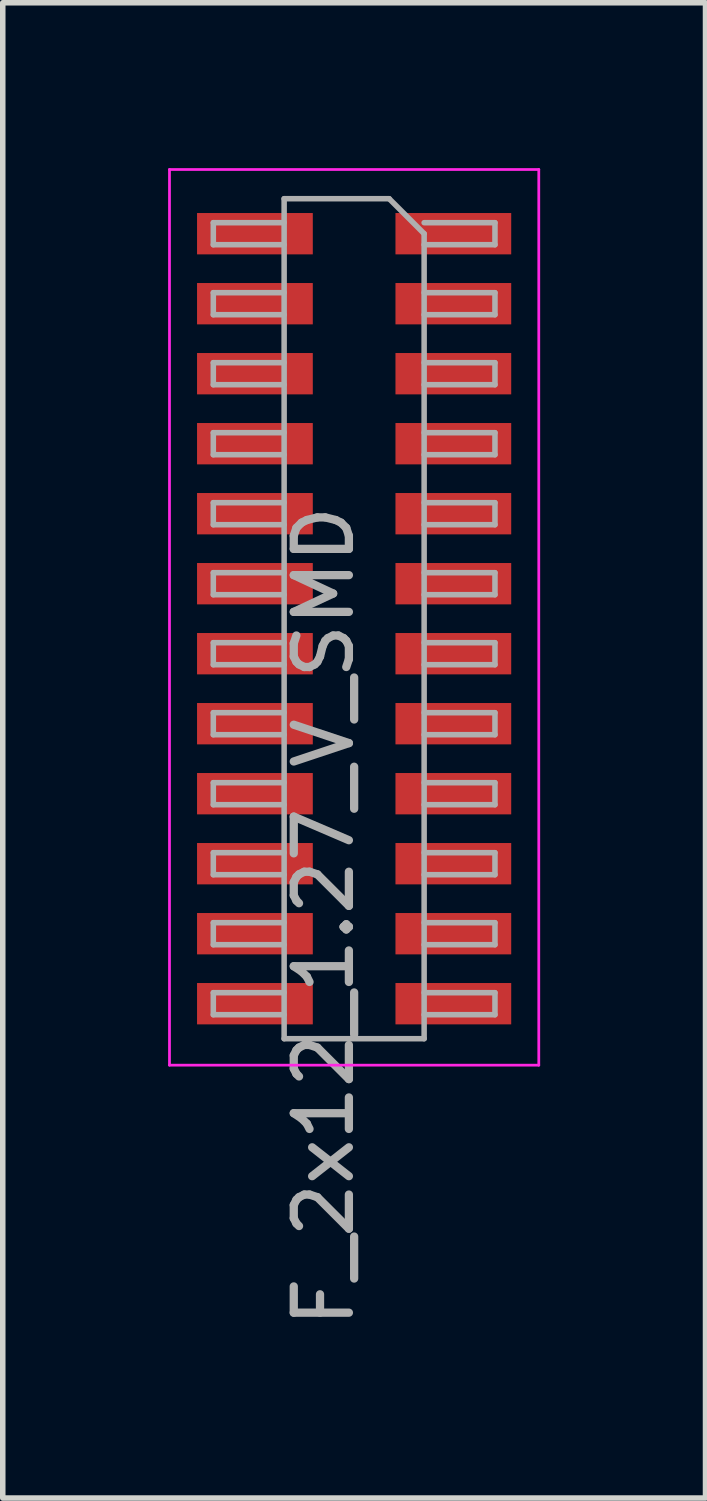
<source format=kicad_pcb>
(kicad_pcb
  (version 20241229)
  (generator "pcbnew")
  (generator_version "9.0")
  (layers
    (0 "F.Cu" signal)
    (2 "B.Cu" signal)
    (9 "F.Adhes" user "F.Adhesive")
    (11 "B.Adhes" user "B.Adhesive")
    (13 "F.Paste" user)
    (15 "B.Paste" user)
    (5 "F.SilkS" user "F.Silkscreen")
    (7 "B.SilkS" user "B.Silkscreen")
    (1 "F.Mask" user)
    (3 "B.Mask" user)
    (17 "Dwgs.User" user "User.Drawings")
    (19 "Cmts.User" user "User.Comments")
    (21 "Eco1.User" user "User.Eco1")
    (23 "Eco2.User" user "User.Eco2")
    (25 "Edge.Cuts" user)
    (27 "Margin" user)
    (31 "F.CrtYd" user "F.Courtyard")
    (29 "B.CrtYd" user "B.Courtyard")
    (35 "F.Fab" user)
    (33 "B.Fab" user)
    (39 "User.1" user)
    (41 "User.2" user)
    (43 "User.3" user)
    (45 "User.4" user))
  (footprint "F_2x12_1.27_V_SMD"
    (layer "F.Cu")
    (at 3.375 8.175)
    (property "Reference" "F_2x12_1.27_V_SMD" (at -0.55 5.4 90) (layer "F.Fab") (effects (font (size 1 1) (thickness 0.15))))
    (attr smd)
    (fp_line (start -3.35 -8.15) (end 3.35 -8.15) (stroke (width 0.05) (type solid)) (layer "F.CrtYd"))
    (fp_line (start -3.35 8.1) (end -3.35 -8.15) (stroke (width 0.05) (type solid)) (layer "F.CrtYd"))
    (fp_line (start 3.35 -8.15) (end 3.35 8.1) (stroke (width 0.05) (type solid)) (layer "F.CrtYd"))
    (fp_line (start 3.35 8.1) (end -3.35 8.1) (stroke (width 0.05) (type solid)) (layer "F.CrtYd"))
    (fp_line (start -2.555 -7.185) (end -1.27 -7.185) (stroke (width 0.1) (type solid)) (layer "F.Fab"))
    (fp_line (start -2.555 -6.785) (end -2.555 -7.185) (stroke (width 0.1) (type solid)) (layer "F.Fab"))
    (fp_line (start -2.555 -5.915) (end -1.27 -5.915) (stroke (width 0.1) (type solid)) (layer "F.Fab"))
    (fp_line (start -2.555 -5.515) (end -2.555 -5.915) (stroke (width 0.1) (type solid)) (layer "F.Fab"))
    (fp_line (start -2.555 -4.645) (end -1.27 -4.645) (stroke (width 0.1) (type solid)) (layer "F.Fab"))
    (fp_line (start -2.555 -4.245) (end -2.555 -4.645) (stroke (width 0.1) (type solid)) (layer "F.Fab"))
    (fp_line (start -2.555 -3.375) (end -1.27 -3.375) (stroke (width 0.1) (type solid)) (layer "F.Fab"))
    (fp_line (start -2.555 -2.975) (end -2.555 -3.375) (stroke (width 0.1) (type solid)) (layer "F.Fab"))
    (fp_line (start -2.555 -2.105) (end -1.27 -2.105) (stroke (width 0.1) (type solid)) (layer "F.Fab"))
    (fp_line (start -2.555 -1.705) (end -2.555 -2.105) (stroke (width 0.1) (type solid)) (layer "F.Fab"))
    (fp_line (start -2.555 -0.835) (end -1.27 -0.835) (stroke (width 0.1) (type solid)) (layer "F.Fab"))
    (fp_line (start -2.555 -0.435) (end -2.555 -0.835) (stroke (width 0.1) (type solid)) (layer "F.Fab"))
    (fp_line (start -2.555 0.435) (end -1.27 0.435) (stroke (width 0.1) (type solid)) (layer "F.Fab"))
    (fp_line (start -2.555 0.835) (end -2.555 0.435) (stroke (width 0.1) (type solid)) (layer "F.Fab"))
    (fp_line (start -2.555 1.705) (end -1.27 1.705) (stroke (width 0.1) (type solid)) (layer "F.Fab"))
    (fp_line (start -2.555 2.105) (end -2.555 1.705) (stroke (width 0.1) (type solid)) (layer "F.Fab"))
    (fp_line (start -2.555 2.975) (end -1.27 2.975) (stroke (width 0.1) (type solid)) (layer "F.Fab"))
    (fp_line (start -2.555 3.375) (end -2.555 2.975) (stroke (width 0.1) (type solid)) (layer "F.Fab"))
    (fp_line (start -2.555 4.245) (end -1.27 4.245) (stroke (width 0.1) (type solid)) (layer "F.Fab"))
    (fp_line (start -2.555 4.645) (end -2.555 4.245) (stroke (width 0.1) (type solid)) (layer "F.Fab"))
    (fp_line (start -2.555 5.515) (end -1.27 5.515) (stroke (width 0.1) (type solid)) (layer "F.Fab"))
    (fp_line (start -2.555 5.915) (end -2.555 5.515) (stroke (width 0.1) (type solid)) (layer "F.Fab"))
    (fp_line (start -2.555 6.785) (end -1.27 6.785) (stroke (width 0.1) (type solid)) (layer "F.Fab"))
    (fp_line (start -2.555 7.185) (end -2.555 6.785) (stroke (width 0.1) (type solid)) (layer "F.Fab"))
    (fp_line (start -1.27 -7.62) (end 0.635 -7.62) (stroke (width 0.1) (type solid)) (layer "F.Fab"))
    (fp_line (start -1.27 -6.785) (end -2.555 -6.785) (stroke (width 0.1) (type solid)) (layer "F.Fab"))
    (fp_line (start -1.27 -5.515) (end -2.555 -5.515) (stroke (width 0.1) (type solid)) (layer "F.Fab"))
    (fp_line (start -1.27 -4.245) (end -2.555 -4.245) (stroke (width 0.1) (type solid)) (layer "F.Fab"))
    (fp_line (start -1.27 -2.975) (end -2.555 -2.975) (stroke (width 0.1) (type solid)) (layer "F.Fab"))
    (fp_line (start -1.27 -1.705) (end -2.555 -1.705) (stroke (width 0.1) (type solid)) (layer "F.Fab"))
    (fp_line (start -1.27 -0.435) (end -2.555 -0.435) (stroke (width 0.1) (type solid)) (layer "F.Fab"))
    (fp_line (start -1.27 0.835) (end -2.555 0.835) (stroke (width 0.1) (type solid)) (layer "F.Fab"))
    (fp_line (start -1.27 2.105) (end -2.555 2.105) (stroke (width 0.1) (type solid)) (layer "F.Fab"))
    (fp_line (start -1.27 3.375) (end -2.555 3.375) (stroke (width 0.1) (type solid)) (layer "F.Fab"))
    (fp_line (start -1.27 4.645) (end -2.555 4.645) (stroke (width 0.1) (type solid)) (layer "F.Fab"))
    (fp_line (start -1.27 5.915) (end -2.555 5.915) (stroke (width 0.1) (type solid)) (layer "F.Fab"))
    (fp_line (start -1.27 7.185) (end -2.555 7.185) (stroke (width 0.1) (type solid)) (layer "F.Fab"))
    (fp_line (start -1.27 7.62) (end -1.27 -7.62) (stroke (width 0.1) (type solid)) (layer "F.Fab"))
    (fp_line (start 0.635 -7.62) (end 1.27 -6.985) (stroke (width 0.1) (type solid)) (layer "F.Fab"))
    (fp_line (start 1.27 -7.185) (end 2.555 -7.185) (stroke (width 0.1) (type solid)) (layer "F.Fab"))
    (fp_line (start 1.27 -6.985) (end 1.27 7.62) (stroke (width 0.1) (type solid)) (layer "F.Fab"))
    (fp_line (start 1.27 -5.915) (end 2.555 -5.915) (stroke (width 0.1) (type solid)) (layer "F.Fab"))
    (fp_line (start 1.27 -4.645) (end 2.555 -4.645) (stroke (width 0.1) (type solid)) (layer "F.Fab"))
    (fp_line (start 1.27 -3.375) (end 2.555 -3.375) (stroke (width 0.1) (type solid)) (layer "F.Fab"))
    (fp_line (start 1.27 -2.105) (end 2.555 -2.105) (stroke (width 0.1) (type solid)) (layer "F.Fab"))
    (fp_line (start 1.27 -0.835) (end 2.555 -0.835) (stroke (width 0.1) (type solid)) (layer "F.Fab"))
    (fp_line (start 1.27 0.435) (end 2.555 0.435) (stroke (width 0.1) (type solid)) (layer "F.Fab"))
    (fp_line (start 1.27 1.705) (end 2.555 1.705) (stroke (width 0.1) (type solid)) (layer "F.Fab"))
    (fp_line (start 1.27 2.975) (end 2.555 2.975) (stroke (width 0.1) (type solid)) (layer "F.Fab"))
    (fp_line (start 1.27 4.245) (end 2.555 4.245) (stroke (width 0.1) (type solid)) (layer "F.Fab"))
    (fp_line (start 1.27 5.515) (end 2.555 5.515) (stroke (width 0.1) (type solid)) (layer "F.Fab"))
    (fp_line (start 1.27 6.785) (end 2.555 6.785) (stroke (width 0.1) (type solid)) (layer "F.Fab"))
    (fp_line (start 1.27 7.62) (end -1.27 7.62) (stroke (width 0.1) (type solid)) (layer "F.Fab"))
    (fp_line (start 2.555 -7.185) (end 2.555 -6.785) (stroke (width 0.1) (type solid)) (layer "F.Fab"))
    (fp_line (start 2.555 -6.785) (end 1.27 -6.785) (stroke (width 0.1) (type solid)) (layer "F.Fab"))
    (fp_line (start 2.555 -5.915) (end 2.555 -5.515) (stroke (width 0.1) (type solid)) (layer "F.Fab"))
    (fp_line (start 2.555 -5.515) (end 1.27 -5.515) (stroke (width 0.1) (type solid)) (layer "F.Fab"))
    (fp_line (start 2.555 -4.645) (end 2.555 -4.245) (stroke (width 0.1) (type solid)) (layer "F.Fab"))
    (fp_line (start 2.555 -4.245) (end 1.27 -4.245) (stroke (width 0.1) (type solid)) (layer "F.Fab"))
    (fp_line (start 2.555 -3.375) (end 2.555 -2.975) (stroke (width 0.1) (type solid)) (layer "F.Fab"))
    (fp_line (start 2.555 -2.975) (end 1.27 -2.975) (stroke (width 0.1) (type solid)) (layer "F.Fab"))
    (fp_line (start 2.555 -2.105) (end 2.555 -1.705) (stroke (width 0.1) (type solid)) (layer "F.Fab"))
    (fp_line (start 2.555 -1.705) (end 1.27 -1.705) (stroke (width 0.1) (type solid)) (layer "F.Fab"))
    (fp_line (start 2.555 -0.835) (end 2.555 -0.435) (stroke (width 0.1) (type solid)) (layer "F.Fab"))
    (fp_line (start 2.555 -0.435) (end 1.27 -0.435) (stroke (width 0.1) (type solid)) (layer "F.Fab"))
    (fp_line (start 2.555 0.435) (end 2.555 0.835) (stroke (width 0.1) (type solid)) (layer "F.Fab"))
    (fp_line (start 2.555 0.835) (end 1.27 0.835) (stroke (width 0.1) (type solid)) (layer "F.Fab"))
    (fp_line (start 2.555 1.705) (end 2.555 2.105) (stroke (width 0.1) (type solid)) (layer "F.Fab"))
    (fp_line (start 2.555 2.105) (end 1.27 2.105) (stroke (width 0.1) (type solid)) (layer "F.Fab"))
    (fp_line (start 2.555 2.975) (end 2.555 3.375) (stroke (width 0.1) (type solid)) (layer "F.Fab"))
    (fp_line (start 2.555 3.375) (end 1.27 3.375) (stroke (width 0.1) (type solid)) (layer "F.Fab"))
    (fp_line (start 2.555 4.245) (end 2.555 4.645) (stroke (width 0.1) (type solid)) (layer "F.Fab"))
    (fp_line (start 2.555 4.645) (end 1.27 4.645) (stroke (width 0.1) (type solid)) (layer "F.Fab"))
    (fp_line (start 2.555 5.515) (end 2.555 5.915) (stroke (width 0.1) (type solid)) (layer "F.Fab"))
    (fp_line (start 2.555 5.915) (end 1.27 5.915) (stroke (width 0.1) (type solid)) (layer "F.Fab"))
    (fp_line (start 2.555 6.785) (end 2.555 7.185) (stroke (width 0.1) (type solid)) (layer "F.Fab"))
    (fp_line (start 2.555 7.185) (end 1.27 7.185) (stroke (width 0.1) (type solid)) (layer "F.Fab"))
    (pad "1" smd rect (at 1.8 -6.985) (size 2.1 0.75) (layers "F.Cu" "F.Mask" "F.Paste"))
    (pad "2" smd rect (at -1.8 -6.985) (size 2.1 0.75) (layers "F.Cu" "F.Mask" "F.Paste"))
    (pad "3" smd rect (at 1.8 -5.715) (size 2.1 0.75) (layers "F.Cu" "F.Mask" "F.Paste"))
    (pad "4" smd rect (at -1.8 -5.715) (size 2.1 0.75) (layers "F.Cu" "F.Mask" "F.Paste"))
    (pad "5" smd rect (at 1.8 -4.445) (size 2.1 0.75) (layers "F.Cu" "F.Mask" "F.Paste"))
    (pad "6" smd rect (at -1.8 -4.445) (size 2.1 0.75) (layers "F.Cu" "F.Mask" "F.Paste"))
    (pad "7" smd rect (at 1.8 -3.175) (size 2.1 0.75) (layers "F.Cu" "F.Mask" "F.Paste"))
    (pad "8" smd rect (at -1.8 -3.175) (size 2.1 0.75) (layers "F.Cu" "F.Mask" "F.Paste"))
    (pad "9" smd rect (at 1.8 -1.905) (size 2.1 0.75) (layers "F.Cu" "F.Mask" "F.Paste"))
    (pad "10" smd rect (at -1.8 -1.905) (size 2.1 0.75) (layers "F.Cu" "F.Mask" "F.Paste"))
    (pad "11" smd rect (at 1.8 -0.635) (size 2.1 0.75) (layers "F.Cu" "F.Mask" "F.Paste"))
    (pad "12" smd rect (at -1.8 -0.635) (size 2.1 0.75) (layers "F.Cu" "F.Mask" "F.Paste"))
    (pad "13" smd rect (at 1.8 0.635) (size 2.1 0.75) (layers "F.Cu" "F.Mask" "F.Paste"))
    (pad "14" smd rect (at -1.8 0.635) (size 2.1 0.75) (layers "F.Cu" "F.Mask" "F.Paste"))
    (pad "15" smd rect (at 1.8 1.905) (size 2.1 0.75) (layers "F.Cu" "F.Mask" "F.Paste"))
    (pad "16" smd rect (at -1.8 1.905) (size 2.1 0.75) (layers "F.Cu" "F.Mask" "F.Paste"))
    (pad "17" smd rect (at 1.8 3.175) (size 2.1 0.75) (layers "F.Cu" "F.Mask" "F.Paste"))
    (pad "18" smd rect (at -1.8 3.175) (size 2.1 0.75) (layers "F.Cu" "F.Mask" "F.Paste"))
    (pad "19" smd rect (at 1.8 4.445) (size 2.1 0.75) (layers "F.Cu" "F.Mask" "F.Paste"))
    (pad "20" smd rect (at -1.8 4.445) (size 2.1 0.75) (layers "F.Cu" "F.Mask" "F.Paste"))
    (pad "21" smd rect (at 1.8 5.715) (size 2.1 0.75) (layers "F.Cu" "F.Mask" "F.Paste"))
    (pad "22" smd rect (at -1.8 5.715) (size 2.1 0.75) (layers "F.Cu" "F.Mask" "F.Paste"))
    (pad "23" smd rect (at 1.8 6.985) (size 2.1 0.75) (layers "F.Cu" "F.Mask" "F.Paste"))
    (pad "24" smd rect (at -1.8 6.985) (size 2.1 0.75) (layers "F.Cu" "F.Mask" "F.Paste")))
  (gr_rect
    (start -3 -3)
    (end 9.75 24.129)
    (stroke (width 0.1) (type default))
    (fill no)
    (layer "Edge.Cuts")))
</source>
